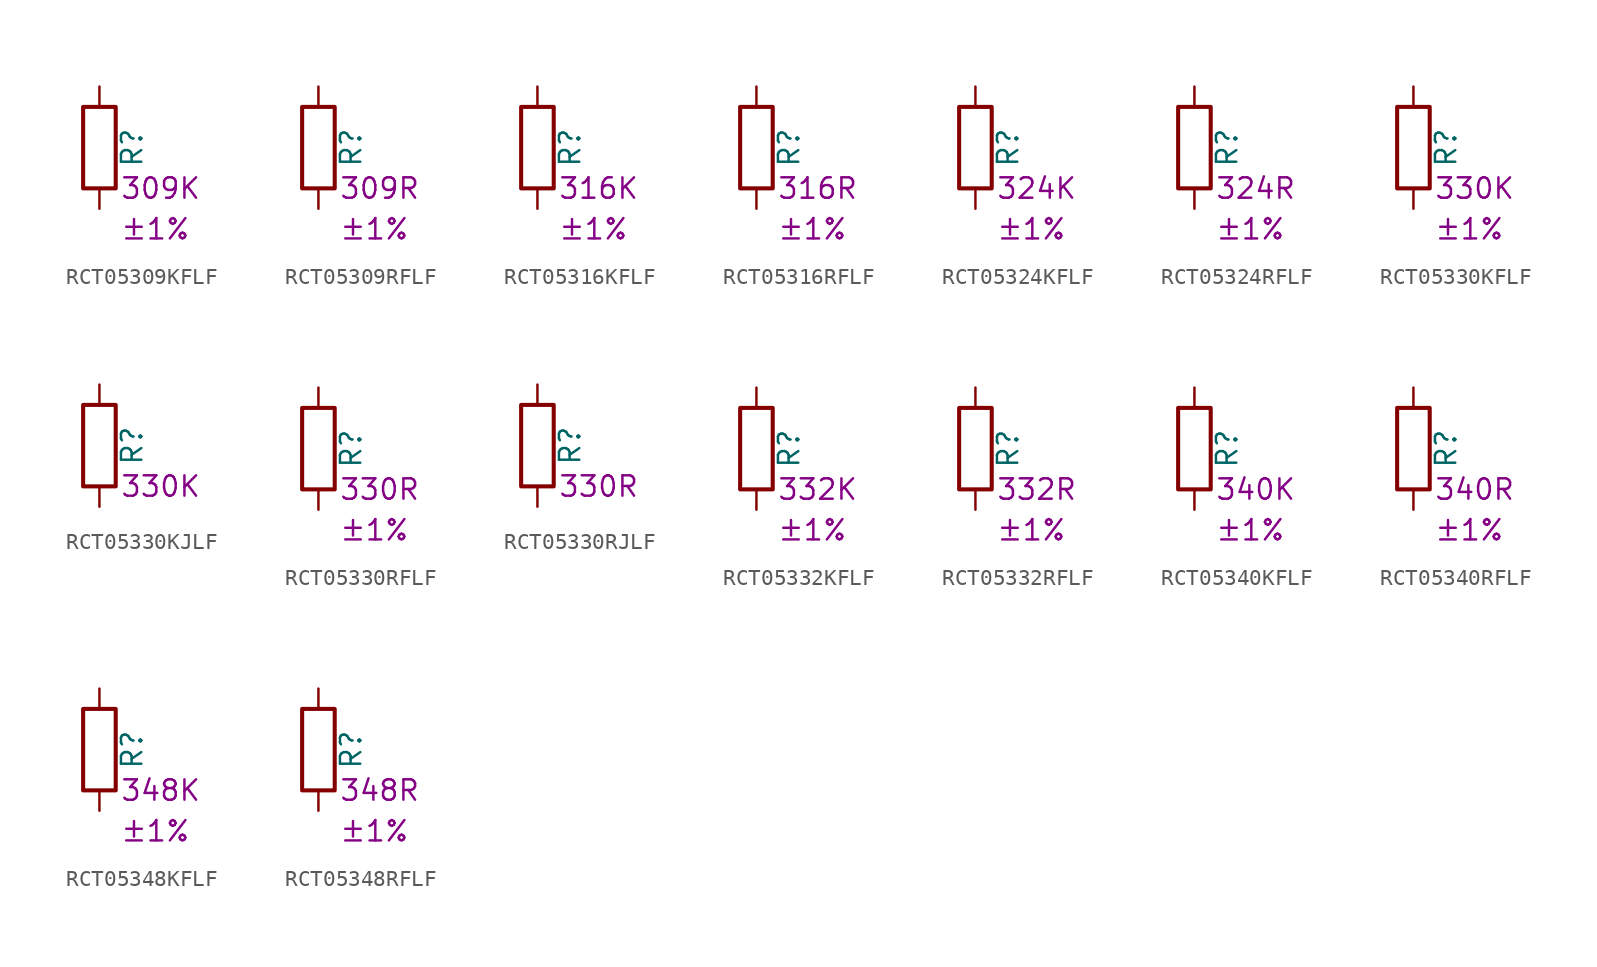
<source format=kicad_sym>
(kicad_symbol_lib
  (version 20220914)
  (generator kicad_symbol_editor)
  (symbol "RCT05309KFLF"
    (pin_numbers hide)
    (pin_names
      (offset 0))
    (property "Reference" "R"
      (at 2.032 0 90)
      (effects (font (size 1.27 1.27))))
    (property "Resistance" "309K"
      (at 1.27 -2.54 0)
      (effects (font (size 1.27 1.27)) (justify left)))
    (property "Tolerance" "±1%"
      (at 1.27 -5.08 0)
      (effects (font (size 1.27 1.27)) (justify left)))
    (symbol "RCT05309KFLF_0_1"
      (rectangle (start -1.016 -2.54) (end 1.016 2.54) (stroke (width 0.254) (type default)) (fill (type none))))
    (symbol "RCT05309KFLF_1_1"
      (pin passive line (at 0 3.81 270) (length 1.27) (name "~" (effects (font (size 1.27 1.27)))) (number "1" (effects (font (size 1.27 1.27)))))
      (pin passive line (at 0 -3.81 90) (length 1.27) (name "~" (effects (font (size 1.27 1.27)))) (number "2" (effects (font (size 1.27 1.27)))))))
  (symbol "RCT05309RFLF"
    (pin_numbers hide)
    (pin_names
      (offset 0))
    (property "Reference" "R"
      (at 2.032 0 90)
      (effects (font (size 1.27 1.27))))
    (property "Resistance" "309R"
      (at 1.27 -2.54 0)
      (effects (font (size 1.27 1.27)) (justify left)))
    (property "Tolerance" "±1%"
      (at 1.27 -5.08 0)
      (effects (font (size 1.27 1.27)) (justify left)))
    (symbol "RCT05309RFLF_0_1"
      (rectangle (start -1.016 -2.54) (end 1.016 2.54) (stroke (width 0.254) (type default)) (fill (type none))))
    (symbol "RCT05309RFLF_1_1"
      (pin passive line (at 0 3.81 270) (length 1.27) (name "~" (effects (font (size 1.27 1.27)))) (number "1" (effects (font (size 1.27 1.27)))))
      (pin passive line (at 0 -3.81 90) (length 1.27) (name "~" (effects (font (size 1.27 1.27)))) (number "2" (effects (font (size 1.27 1.27)))))))
  (symbol "RCT05316KFLF"
    (pin_numbers hide)
    (pin_names
      (offset 0))
    (property "Reference" "R"
      (at 2.032 0 90)
      (effects (font (size 1.27 1.27))))
    (property "Resistance" "316K"
      (at 1.27 -2.54 0)
      (effects (font (size 1.27 1.27)) (justify left)))
    (property "Tolerance" "±1%"
      (at 1.27 -5.08 0)
      (effects (font (size 1.27 1.27)) (justify left)))
    (symbol "RCT05316KFLF_0_1"
      (rectangle (start -1.016 -2.54) (end 1.016 2.54) (stroke (width 0.254) (type default)) (fill (type none))))
    (symbol "RCT05316KFLF_1_1"
      (pin passive line (at 0 3.81 270) (length 1.27) (name "~" (effects (font (size 1.27 1.27)))) (number "1" (effects (font (size 1.27 1.27)))))
      (pin passive line (at 0 -3.81 90) (length 1.27) (name "~" (effects (font (size 1.27 1.27)))) (number "2" (effects (font (size 1.27 1.27)))))))
  (symbol "RCT05316RFLF"
    (pin_numbers hide)
    (pin_names
      (offset 0))
    (property "Reference" "R"
      (at 2.032 0 90)
      (effects (font (size 1.27 1.27))))
    (property "Resistance" "316R"
      (at 1.27 -2.54 0)
      (effects (font (size 1.27 1.27)) (justify left)))
    (property "Tolerance" "±1%"
      (at 1.27 -5.08 0)
      (effects (font (size 1.27 1.27)) (justify left)))
    (symbol "RCT05316RFLF_0_1"
      (rectangle (start -1.016 -2.54) (end 1.016 2.54) (stroke (width 0.254) (type default)) (fill (type none))))
    (symbol "RCT05316RFLF_1_1"
      (pin passive line (at 0 3.81 270) (length 1.27) (name "~" (effects (font (size 1.27 1.27)))) (number "1" (effects (font (size 1.27 1.27)))))
      (pin passive line (at 0 -3.81 90) (length 1.27) (name "~" (effects (font (size 1.27 1.27)))) (number "2" (effects (font (size 1.27 1.27)))))))
  (symbol "RCT05324KFLF"
    (pin_numbers hide)
    (pin_names
      (offset 0))
    (property "Reference" "R"
      (at 2.032 0 90)
      (effects (font (size 1.27 1.27))))
    (property "Resistance" "324K"
      (at 1.27 -2.54 0)
      (effects (font (size 1.27 1.27)) (justify left)))
    (property "Tolerance" "±1%"
      (at 1.27 -5.08 0)
      (effects (font (size 1.27 1.27)) (justify left)))
    (symbol "RCT05324KFLF_0_1"
      (rectangle (start -1.016 -2.54) (end 1.016 2.54) (stroke (width 0.254) (type default)) (fill (type none))))
    (symbol "RCT05324KFLF_1_1"
      (pin passive line (at 0 3.81 270) (length 1.27) (name "~" (effects (font (size 1.27 1.27)))) (number "1" (effects (font (size 1.27 1.27)))))
      (pin passive line (at 0 -3.81 90) (length 1.27) (name "~" (effects (font (size 1.27 1.27)))) (number "2" (effects (font (size 1.27 1.27)))))))
  (symbol "RCT05324RFLF"
    (pin_numbers hide)
    (pin_names
      (offset 0))
    (property "Reference" "R"
      (at 2.032 0 90)
      (effects (font (size 1.27 1.27))))
    (property "Resistance" "324R"
      (at 1.27 -2.54 0)
      (effects (font (size 1.27 1.27)) (justify left)))
    (property "Tolerance" "±1%"
      (at 1.27 -5.08 0)
      (effects (font (size 1.27 1.27)) (justify left)))
    (symbol "RCT05324RFLF_0_1"
      (rectangle (start -1.016 -2.54) (end 1.016 2.54) (stroke (width 0.254) (type default)) (fill (type none))))
    (symbol "RCT05324RFLF_1_1"
      (pin passive line (at 0 3.81 270) (length 1.27) (name "~" (effects (font (size 1.27 1.27)))) (number "1" (effects (font (size 1.27 1.27)))))
      (pin passive line (at 0 -3.81 90) (length 1.27) (name "~" (effects (font (size 1.27 1.27)))) (number "2" (effects (font (size 1.27 1.27)))))))
  (symbol "RCT05330KFLF"
    (pin_numbers hide)
    (pin_names
      (offset 0))
    (property "Reference" "R"
      (at 2.032 0 90)
      (effects (font (size 1.27 1.27))))
    (property "Resistance" "330K"
      (at 1.27 -2.54 0)
      (effects (font (size 1.27 1.27)) (justify left)))
    (property "Tolerance" "±1%"
      (at 1.27 -5.08 0)
      (effects (font (size 1.27 1.27)) (justify left)))
    (symbol "RCT05330KFLF_0_1"
      (rectangle (start -1.016 -2.54) (end 1.016 2.54) (stroke (width 0.254) (type default)) (fill (type none))))
    (symbol "RCT05330KFLF_1_1"
      (pin passive line (at 0 3.81 270) (length 1.27) (name "~" (effects (font (size 1.27 1.27)))) (number "1" (effects (font (size 1.27 1.27)))))
      (pin passive line (at 0 -3.81 90) (length 1.27) (name "~" (effects (font (size 1.27 1.27)))) (number "2" (effects (font (size 1.27 1.27)))))))
  (symbol "RCT05330KJLF"
    (pin_numbers hide)
    (pin_names
      (offset 0))
    (property "Reference" "R"
      (at 2.032 0 90)
      (effects (font (size 1.27 1.27))))
    (property "Resistance" "330K"
      (at 1.27 -2.54 0)
      (effects (font (size 1.27 1.27)) (justify left)))
    (symbol "RCT05330KJLF_0_1"
      (rectangle (start -1.016 -2.54) (end 1.016 2.54) (stroke (width 0.254) (type default)) (fill (type none))))
    (symbol "RCT05330KJLF_1_1"
      (pin passive line (at 0 3.81 270) (length 1.27) (name "~" (effects (font (size 1.27 1.27)))) (number "1" (effects (font (size 1.27 1.27)))))
      (pin passive line (at 0 -3.81 90) (length 1.27) (name "~" (effects (font (size 1.27 1.27)))) (number "2" (effects (font (size 1.27 1.27)))))))
  (symbol "RCT05330RFLF"
    (pin_numbers hide)
    (pin_names
      (offset 0))
    (property "Reference" "R"
      (at 2.032 0 90)
      (effects (font (size 1.27 1.27))))
    (property "Resistance" "330R"
      (at 1.27 -2.54 0)
      (effects (font (size 1.27 1.27)) (justify left)))
    (property "Tolerance" "±1%"
      (at 1.27 -5.08 0)
      (effects (font (size 1.27 1.27)) (justify left)))
    (symbol "RCT05330RFLF_0_1"
      (rectangle (start -1.016 -2.54) (end 1.016 2.54) (stroke (width 0.254) (type default)) (fill (type none))))
    (symbol "RCT05330RFLF_1_1"
      (pin passive line (at 0 3.81 270) (length 1.27) (name "~" (effects (font (size 1.27 1.27)))) (number "1" (effects (font (size 1.27 1.27)))))
      (pin passive line (at 0 -3.81 90) (length 1.27) (name "~" (effects (font (size 1.27 1.27)))) (number "2" (effects (font (size 1.27 1.27)))))))
  (symbol "RCT05330RJLF"
    (pin_numbers hide)
    (pin_names
      (offset 0))
    (property "Reference" "R"
      (at 2.032 0 90)
      (effects (font (size 1.27 1.27))))
    (property "Resistance" "330R"
      (at 1.27 -2.54 0)
      (effects (font (size 1.27 1.27)) (justify left)))
    (symbol "RCT05330RJLF_0_1"
      (rectangle (start -1.016 -2.54) (end 1.016 2.54) (stroke (width 0.254) (type default)) (fill (type none))))
    (symbol "RCT05330RJLF_1_1"
      (pin passive line (at 0 3.81 270) (length 1.27) (name "~" (effects (font (size 1.27 1.27)))) (number "1" (effects (font (size 1.27 1.27)))))
      (pin passive line (at 0 -3.81 90) (length 1.27) (name "~" (effects (font (size 1.27 1.27)))) (number "2" (effects (font (size 1.27 1.27)))))))
  (symbol "RCT05332KFLF"
    (pin_numbers hide)
    (pin_names
      (offset 0))
    (property "Reference" "R"
      (at 2.032 0 90)
      (effects (font (size 1.27 1.27))))
    (property "Resistance" "332K"
      (at 1.27 -2.54 0)
      (effects (font (size 1.27 1.27)) (justify left)))
    (property "Tolerance" "±1%"
      (at 1.27 -5.08 0)
      (effects (font (size 1.27 1.27)) (justify left)))
    (symbol "RCT05332KFLF_0_1"
      (rectangle (start -1.016 -2.54) (end 1.016 2.54) (stroke (width 0.254) (type default)) (fill (type none))))
    (symbol "RCT05332KFLF_1_1"
      (pin passive line (at 0 3.81 270) (length 1.27) (name "~" (effects (font (size 1.27 1.27)))) (number "1" (effects (font (size 1.27 1.27)))))
      (pin passive line (at 0 -3.81 90) (length 1.27) (name "~" (effects (font (size 1.27 1.27)))) (number "2" (effects (font (size 1.27 1.27)))))))
  (symbol "RCT05332RFLF"
    (pin_numbers hide)
    (pin_names
      (offset 0))
    (property "Reference" "R"
      (at 2.032 0 90)
      (effects (font (size 1.27 1.27))))
    (property "Resistance" "332R"
      (at 1.27 -2.54 0)
      (effects (font (size 1.27 1.27)) (justify left)))
    (property "Tolerance" "±1%"
      (at 1.27 -5.08 0)
      (effects (font (size 1.27 1.27)) (justify left)))
    (symbol "RCT05332RFLF_0_1"
      (rectangle (start -1.016 -2.54) (end 1.016 2.54) (stroke (width 0.254) (type default)) (fill (type none))))
    (symbol "RCT05332RFLF_1_1"
      (pin passive line (at 0 3.81 270) (length 1.27) (name "~" (effects (font (size 1.27 1.27)))) (number "1" (effects (font (size 1.27 1.27)))))
      (pin passive line (at 0 -3.81 90) (length 1.27) (name "~" (effects (font (size 1.27 1.27)))) (number "2" (effects (font (size 1.27 1.27)))))))
  (symbol "RCT05340KFLF"
    (pin_numbers hide)
    (pin_names
      (offset 0))
    (property "Reference" "R"
      (at 2.032 0 90)
      (effects (font (size 1.27 1.27))))
    (property "Resistance" "340K"
      (at 1.27 -2.54 0)
      (effects (font (size 1.27 1.27)) (justify left)))
    (property "Tolerance" "±1%"
      (at 1.27 -5.08 0)
      (effects (font (size 1.27 1.27)) (justify left)))
    (symbol "RCT05340KFLF_0_1"
      (rectangle (start -1.016 -2.54) (end 1.016 2.54) (stroke (width 0.254) (type default)) (fill (type none))))
    (symbol "RCT05340KFLF_1_1"
      (pin passive line (at 0 3.81 270) (length 1.27) (name "~" (effects (font (size 1.27 1.27)))) (number "1" (effects (font (size 1.27 1.27)))))
      (pin passive line (at 0 -3.81 90) (length 1.27) (name "~" (effects (font (size 1.27 1.27)))) (number "2" (effects (font (size 1.27 1.27)))))))
  (symbol "RCT05340RFLF"
    (pin_numbers hide)
    (pin_names
      (offset 0))
    (property "Reference" "R"
      (at 2.032 0 90)
      (effects (font (size 1.27 1.27))))
    (property "Resistance" "340R"
      (at 1.27 -2.54 0)
      (effects (font (size 1.27 1.27)) (justify left)))
    (property "Tolerance" "±1%"
      (at 1.27 -5.08 0)
      (effects (font (size 1.27 1.27)) (justify left)))
    (symbol "RCT05340RFLF_0_1"
      (rectangle (start -1.016 -2.54) (end 1.016 2.54) (stroke (width 0.254) (type default)) (fill (type none))))
    (symbol "RCT05340RFLF_1_1"
      (pin passive line (at 0 3.81 270) (length 1.27) (name "~" (effects (font (size 1.27 1.27)))) (number "1" (effects (font (size 1.27 1.27)))))
      (pin passive line (at 0 -3.81 90) (length 1.27) (name "~" (effects (font (size 1.27 1.27)))) (number "2" (effects (font (size 1.27 1.27)))))))
  (symbol "RCT05348KFLF"
    (pin_numbers hide)
    (pin_names
      (offset 0))
    (property "Reference" "R"
      (at 2.032 0 90)
      (effects (font (size 1.27 1.27))))
    (property "Resistance" "348K"
      (at 1.27 -2.54 0)
      (effects (font (size 1.27 1.27)) (justify left)))
    (property "Tolerance" "±1%"
      (at 1.27 -5.08 0)
      (effects (font (size 1.27 1.27)) (justify left)))
    (symbol "RCT05348KFLF_0_1"
      (rectangle (start -1.016 -2.54) (end 1.016 2.54) (stroke (width 0.254) (type default)) (fill (type none))))
    (symbol "RCT05348KFLF_1_1"
      (pin passive line (at 0 3.81 270) (length 1.27) (name "~" (effects (font (size 1.27 1.27)))) (number "1" (effects (font (size 1.27 1.27)))))
      (pin passive line (at 0 -3.81 90) (length 1.27) (name "~" (effects (font (size 1.27 1.27)))) (number "2" (effects (font (size 1.27 1.27)))))))
  (symbol "RCT05348RFLF"
    (pin_numbers hide)
    (pin_names
      (offset 0))
    (property "Reference" "R"
      (at 2.032 0 90)
      (effects (font (size 1.27 1.27))))
    (property "Resistance" "348R"
      (at 1.27 -2.54 0)
      (effects (font (size 1.27 1.27)) (justify left)))
    (property "Tolerance" "±1%"
      (at 1.27 -5.08 0)
      (effects (font (size 1.27 1.27)) (justify left)))
    (symbol "RCT05348RFLF_0_1"
      (rectangle (start -1.016 -2.54) (end 1.016 2.54) (stroke (width 0.254) (type default)) (fill (type none))))
    (symbol "RCT05348RFLF_1_1"
      (pin passive line (at 0 3.81 270) (length 1.27) (name "~" (effects (font (size 1.27 1.27)))) (number "1" (effects (font (size 1.27 1.27)))))
      (pin passive line (at 0 -3.81 90) (length 1.27) (name "~" (effects (font (size 1.27 1.27)))) (number "2" (effects (font (size 1.27 1.27))))))))
</source>
